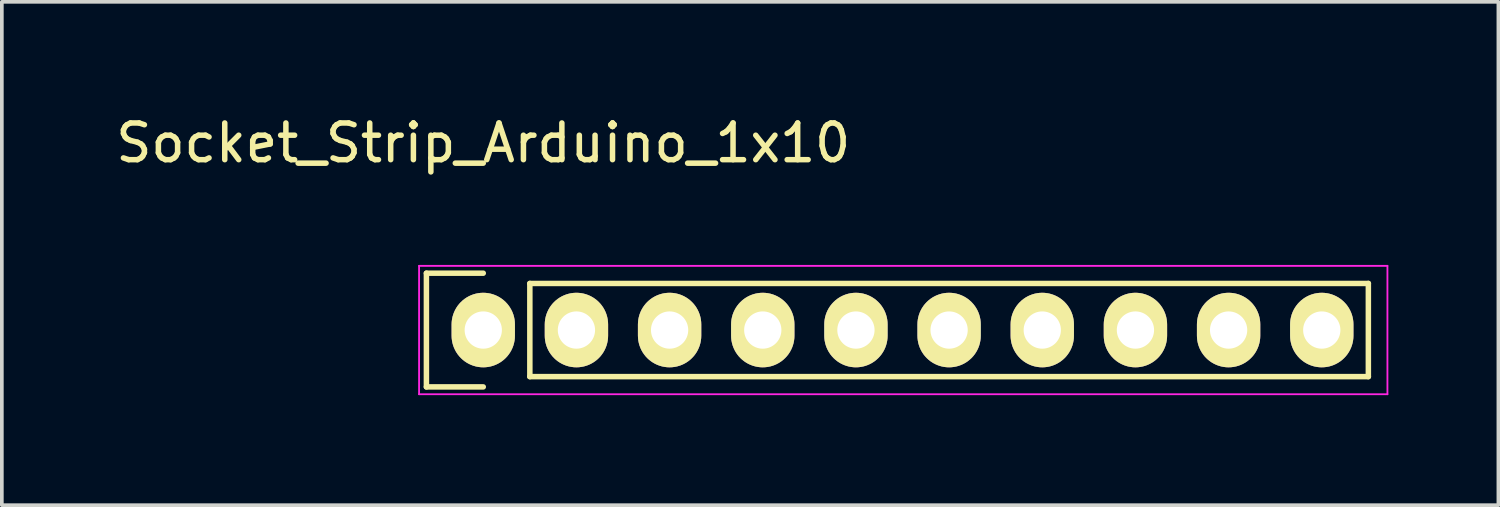
<source format=kicad_pcb>
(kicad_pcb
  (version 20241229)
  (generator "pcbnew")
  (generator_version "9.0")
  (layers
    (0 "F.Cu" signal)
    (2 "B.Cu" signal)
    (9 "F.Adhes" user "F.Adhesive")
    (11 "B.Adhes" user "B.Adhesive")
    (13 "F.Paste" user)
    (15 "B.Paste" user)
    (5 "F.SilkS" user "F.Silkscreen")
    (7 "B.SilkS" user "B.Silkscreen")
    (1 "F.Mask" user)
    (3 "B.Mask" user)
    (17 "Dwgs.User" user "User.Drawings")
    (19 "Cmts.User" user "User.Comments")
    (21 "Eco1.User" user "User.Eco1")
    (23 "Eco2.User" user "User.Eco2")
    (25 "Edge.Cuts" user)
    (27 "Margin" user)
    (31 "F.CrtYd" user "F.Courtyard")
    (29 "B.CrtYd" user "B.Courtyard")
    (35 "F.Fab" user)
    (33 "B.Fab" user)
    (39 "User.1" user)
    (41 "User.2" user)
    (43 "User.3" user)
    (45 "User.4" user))
  (footprint "Socket_Strip_Arduino_1x10"
    (layer "F.Cu")
    (at 10.125 5.948)
    (property "Reference" "Socket_Strip_Arduino_1x10" (at 0 -5.1 0) (layer "F.SilkS") (effects (font (size 1 1) (thickness 0.15))))
    (attr through_hole)
    (fp_line (start -1.55 -1.55) (end -1.55 1.55) (stroke (width 0.15) (type solid)) (layer "F.SilkS"))
    (fp_line (start -1.55 1.55) (end 0 1.55) (stroke (width 0.15) (type solid)) (layer "F.SilkS"))
    (fp_line (start 0 -1.55) (end -1.55 -1.55) (stroke (width 0.15) (type solid)) (layer "F.SilkS"))
    (fp_line (start 1.27 1.27) (end 1.27 -1.27) (stroke (width 0.15) (type solid)) (layer "F.SilkS"))
    (fp_line (start 1.27 1.27) (end 24.13 1.27) (stroke (width 0.15) (type solid)) (layer "F.SilkS"))
    (fp_line (start 24.13 -1.27) (end 1.27 -1.27) (stroke (width 0.15) (type solid)) (layer "F.SilkS"))
    (fp_line (start 24.13 1.27) (end 24.13 -1.27) (stroke (width 0.15) (type solid)) (layer "F.SilkS"))
    (fp_line (start -1.75 -1.75) (end -1.75 1.75) (stroke (width 0.05) (type solid)) (layer "F.CrtYd"))
    (fp_line (start -1.75 -1.75) (end 24.65 -1.75) (stroke (width 0.05) (type solid)) (layer "F.CrtYd"))
    (fp_line (start -1.75 1.75) (end 24.65 1.75) (stroke (width 0.05) (type solid)) (layer "F.CrtYd"))
    (fp_line (start 24.65 -1.75) (end 24.65 1.75) (stroke (width 0.05) (type solid)) (layer "F.CrtYd"))
    (pad "1" thru_hole oval (at 0 0) (size 1.727 2.032) (drill 1.016) (layers "*.Cu" "*.Mask" "F.SilkS"))
    (pad "2" thru_hole oval (at 2.54 0) (size 1.727 2.032) (drill 1.016) (layers "*.Cu" "*.Mask" "F.SilkS"))
    (pad "3" thru_hole oval (at 5.08 0) (size 1.727 2.032) (drill 1.016) (layers "*.Cu" "*.Mask" "F.SilkS"))
    (pad "4" thru_hole oval (at 7.62 0) (size 1.727 2.032) (drill 1.016) (layers "*.Cu" "*.Mask" "F.SilkS"))
    (pad "5" thru_hole oval (at 10.16 0) (size 1.727 2.032) (drill 1.016) (layers "*.Cu" "*.Mask" "F.SilkS"))
    (pad "6" thru_hole oval (at 12.7 0) (size 1.727 2.032) (drill 1.016) (layers "*.Cu" "*.Mask" "F.SilkS"))
    (pad "7" thru_hole oval (at 15.24 0) (size 1.727 2.032) (drill 1.016) (layers "*.Cu" "*.Mask" "F.SilkS"))
    (pad "8" thru_hole oval (at 17.78 0) (size 1.727 2.032) (drill 1.016) (layers "*.Cu" "*.Mask" "F.SilkS"))
    (pad "9" thru_hole oval (at 20.32 0) (size 1.727 2.032) (drill 1.016) (layers "*.Cu" "*.Mask" "F.SilkS"))
    (pad "10" thru_hole oval (at 22.86 0) (size 1.727 2.032) (drill 1.016) (layers "*.Cu" "*.Mask" "F.SilkS")))
  (gr_rect
    (start -3 -3)
    (end 37.8 10.723)
    (stroke (width 0.1) (type default))
    (fill no)
    (layer "Edge.Cuts")))
</source>
